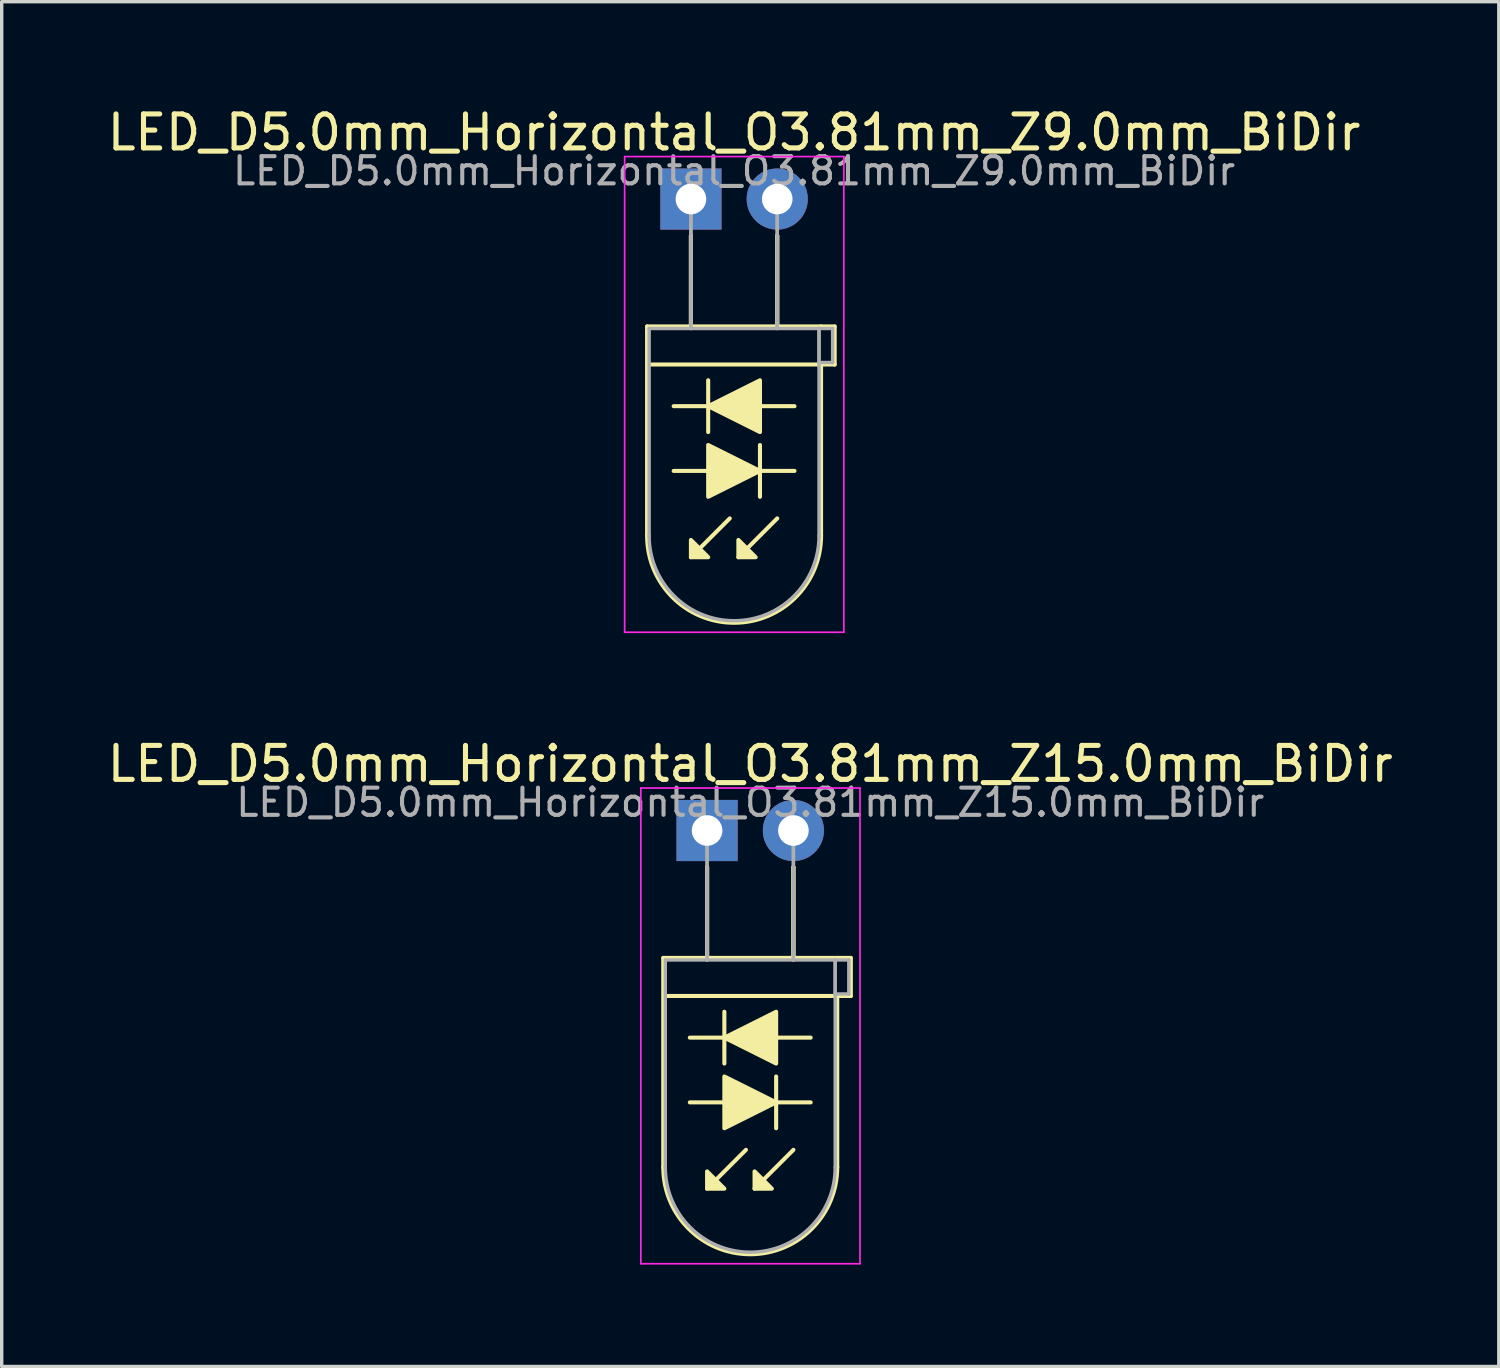
<source format=kicad_pcb>
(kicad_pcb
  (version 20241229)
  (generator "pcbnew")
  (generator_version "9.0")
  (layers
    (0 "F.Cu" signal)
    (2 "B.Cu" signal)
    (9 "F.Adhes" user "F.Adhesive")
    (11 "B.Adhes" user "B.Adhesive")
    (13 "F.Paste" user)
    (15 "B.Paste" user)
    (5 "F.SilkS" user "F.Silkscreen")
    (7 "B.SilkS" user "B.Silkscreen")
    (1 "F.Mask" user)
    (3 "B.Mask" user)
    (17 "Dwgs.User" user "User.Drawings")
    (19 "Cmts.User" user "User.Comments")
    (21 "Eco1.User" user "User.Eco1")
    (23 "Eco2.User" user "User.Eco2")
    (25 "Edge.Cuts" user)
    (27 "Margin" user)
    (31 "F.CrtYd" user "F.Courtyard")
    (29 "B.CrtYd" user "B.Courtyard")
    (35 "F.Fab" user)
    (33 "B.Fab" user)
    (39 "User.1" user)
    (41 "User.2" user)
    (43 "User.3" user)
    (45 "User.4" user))
  (footprint "LED_D5.0mm_Horizontal_O3.81mm_Z15.0mm_BiDir"
    (layer "F.Cu")
    (at 17.76 21.392)
    (property "Reference" "LED_D5.0mm_Horizontal_O3.81mm_Z15.0mm_BiDir" (at 1.27 -1.96 0) (layer "F.SilkS") (effects (font (size 1 1) (thickness 0.15))))
    (fp_line (start -1.29 3.75) (end -1.29 9.91) (stroke (width 0.12) (type solid)) (layer "F.SilkS"))
    (fp_line (start -1.29 3.75) (end 3.83 3.75) (stroke (width 0.12) (type solid)) (layer "F.SilkS"))
    (fp_line (start -0.508 8.001) (end 0.508 8.001) (stroke (width 0.12) (type solid)) (layer "F.SilkS"))
    (fp_line (start 0 1.08) (end 0 1.08) (stroke (width 0.12) (type solid)) (layer "F.SilkS"))
    (fp_line (start 0 1.08) (end 0 3.75) (stroke (width 0.12) (type solid)) (layer "F.SilkS"))
    (fp_line (start 0 3.75) (end 0 1.08) (stroke (width 0.12) (type solid)) (layer "F.SilkS"))
    (fp_line (start 0 3.75) (end 0 3.75) (stroke (width 0.12) (type solid)) (layer "F.SilkS"))
    (fp_line (start 0.508 5.334) (end 0.508 6.858) (stroke (width 0.12) (type solid)) (layer "F.SilkS"))
    (fp_line (start 0.508 6.096) (end -0.508 6.096) (stroke (width 0.12) (type solid)) (layer "F.SilkS"))
    (fp_line (start 1.143 9.398) (end 0 10.541) (stroke (width 0.12) (type solid)) (layer "F.SilkS"))
    (fp_line (start 2.032 8.001) (end 3.048 8.001) (stroke (width 0.12) (type solid)) (layer "F.SilkS"))
    (fp_line (start 2.032 8.763) (end 2.032 7.239) (stroke (width 0.12) (type solid)) (layer "F.SilkS"))
    (fp_line (start 2.54 1.08) (end 2.54 1.08) (stroke (width 0.12) (type solid)) (layer "F.SilkS"))
    (fp_line (start 2.54 1.08) (end 2.54 3.75) (stroke (width 0.12) (type solid)) (layer "F.SilkS"))
    (fp_line (start 2.54 3.75) (end 2.54 1.08) (stroke (width 0.12) (type solid)) (layer "F.SilkS"))
    (fp_line (start 2.54 3.75) (end 2.54 3.75) (stroke (width 0.12) (type solid)) (layer "F.SilkS"))
    (fp_line (start 2.54 9.398) (end 1.397 10.541) (stroke (width 0.12) (type solid)) (layer "F.SilkS"))
    (fp_line (start 3.048 6.096) (end 2.032 6.096) (stroke (width 0.12) (type solid)) (layer "F.SilkS"))
    (fp_line (start 3.83 3.75) (end 4.23 3.75) (stroke (width 0.12) (type solid)) (layer "F.SilkS"))
    (fp_line (start 3.83 4.87) (end 3.83 9.91) (stroke (width 0.12) (type solid)) (layer "F.SilkS"))
    (fp_line (start 4.23 3.75) (end 4.23 4.87) (stroke (width 0.12) (type solid)) (layer "F.SilkS"))
    (fp_line (start 4.23 4.87) (end -1.27 4.87) (stroke (width 0.12) (type solid)) (layer "F.SilkS"))
    (fp_arc (start 3.83 9.91) (mid 1.27 12.47) (end -1.29 9.91) (stroke (width 0.12) (type solid)) (layer "F.SilkS"))
    (fp_poly (pts (xy 0 10.033) (xy 0.508 10.541) (xy 0 10.541)) (stroke (width 0.12) (type solid)) (fill yes) (layer "F.SilkS"))
    (fp_poly (pts (xy 0.508 7.239) (xy 2.032 8.001) (xy 0.508 8.763)) (stroke (width 0.12) (type solid)) (fill yes) (layer "F.SilkS"))
    (fp_poly (pts (xy 1.397 10.033) (xy 1.905 10.541) (xy 1.397 10.541)) (stroke (width 0.12) (type solid)) (fill yes) (layer "F.SilkS"))
    (fp_poly (pts (xy 2.032 6.858) (xy 0.508 6.096) (xy 2.032 5.334)) (stroke (width 0.12) (type solid)) (fill yes) (layer "F.SilkS"))
    (fp_line (start -1.95 -1.25) (end -1.95 12.75) (stroke (width 0.05) (type solid)) (layer "F.CrtYd"))
    (fp_line (start -1.95 12.75) (end 4.5 12.75) (stroke (width 0.05) (type solid)) (layer "F.CrtYd"))
    (fp_line (start 4.5 -1.25) (end -1.95 -1.25) (stroke (width 0.05) (type solid)) (layer "F.CrtYd"))
    (fp_line (start 4.5 12.75) (end 4.5 -1.25) (stroke (width 0.05) (type solid)) (layer "F.CrtYd"))
    (fp_line (start -1.23 3.81) (end -1.23 9.91) (stroke (width 0.1) (type solid)) (layer "F.Fab"))
    (fp_line (start -1.23 3.81) (end 3.77 3.81) (stroke (width 0.1) (type solid)) (layer "F.Fab"))
    (fp_line (start 0 0) (end 0 0) (stroke (width 0.1) (type solid)) (layer "F.Fab"))
    (fp_line (start 0 0) (end 0 3.81) (stroke (width 0.1) (type solid)) (layer "F.Fab"))
    (fp_line (start 0 3.81) (end 0 0) (stroke (width 0.1) (type solid)) (layer "F.Fab"))
    (fp_line (start 0 3.81) (end 0 3.81) (stroke (width 0.1) (type solid)) (layer "F.Fab"))
    (fp_line (start 2.54 0) (end 2.54 0) (stroke (width 0.1) (type solid)) (layer "F.Fab"))
    (fp_line (start 2.54 0) (end 2.54 3.81) (stroke (width 0.1) (type solid)) (layer "F.Fab"))
    (fp_line (start 2.54 3.81) (end 2.54 0) (stroke (width 0.1) (type solid)) (layer "F.Fab"))
    (fp_line (start 2.54 3.81) (end 2.54 3.81) (stroke (width 0.1) (type solid)) (layer "F.Fab"))
    (fp_line (start 3.77 3.81) (end 3.77 9.91) (stroke (width 0.1) (type solid)) (layer "F.Fab"))
    (fp_line (start 3.77 3.81) (end 4.17 3.81) (stroke (width 0.1) (type solid)) (layer "F.Fab"))
    (fp_line (start 3.77 4.81) (end 3.77 3.81) (stroke (width 0.1) (type solid)) (layer "F.Fab"))
    (fp_line (start 4.17 3.81) (end 4.17 4.81) (stroke (width 0.1) (type solid)) (layer "F.Fab"))
    (fp_line (start 4.17 4.81) (end 3.77 4.81) (stroke (width 0.1) (type solid)) (layer "F.Fab"))
    (fp_arc (start 3.77 9.91) (mid 1.27 12.41) (end -1.23 9.91) (stroke (width 0.1) (type solid)) (layer "F.Fab"))
    (fp_text user "${REFERENCE}" (at 1.27 -0.826 0) (layer "F.Fab") (effects (font (size 0.8 0.8) (thickness 0.12))))
    (pad "1" thru_hole rect (at 0 0) (size 1.8 1.8) (drill 0.9) (layers "*.Cu" "*.Mask"))
    (pad "2" thru_hole circle (at 2.54 0) (size 1.8 1.8) (drill 0.9) (layers "*.Cu" "*.Mask")))
  (footprint "LED_D5.0mm_Horizontal_O3.81mm_Z9.0mm_BiDir"
    (layer "F.Cu")
    (at 17.284 2.808)
    (property "Reference" "LED_D5.0mm_Horizontal_O3.81mm_Z9.0mm_BiDir" (at 1.27 -1.96 0) (layer "F.SilkS") (effects (font (size 1 1) (thickness 0.15))))
    (fp_line (start -1.29 3.75) (end -1.29 9.91) (stroke (width 0.12) (type solid)) (layer "F.SilkS"))
    (fp_line (start -1.29 3.75) (end 3.83 3.75) (stroke (width 0.12) (type solid)) (layer "F.SilkS"))
    (fp_line (start -0.508 8.001) (end 0.508 8.001) (stroke (width 0.12) (type solid)) (layer "F.SilkS"))
    (fp_line (start 0 1.08) (end 0 1.08) (stroke (width 0.12) (type solid)) (layer "F.SilkS"))
    (fp_line (start 0 1.08) (end 0 3.75) (stroke (width 0.12) (type solid)) (layer "F.SilkS"))
    (fp_line (start 0 3.75) (end 0 1.08) (stroke (width 0.12) (type solid)) (layer "F.SilkS"))
    (fp_line (start 0 3.75) (end 0 3.75) (stroke (width 0.12) (type solid)) (layer "F.SilkS"))
    (fp_line (start 0.508 5.334) (end 0.508 6.858) (stroke (width 0.12) (type solid)) (layer "F.SilkS"))
    (fp_line (start 0.508 6.096) (end -0.508 6.096) (stroke (width 0.12) (type solid)) (layer "F.SilkS"))
    (fp_line (start 1.143 9.398) (end 0 10.541) (stroke (width 0.12) (type solid)) (layer "F.SilkS"))
    (fp_line (start 2.032 8.001) (end 3.048 8.001) (stroke (width 0.12) (type solid)) (layer "F.SilkS"))
    (fp_line (start 2.032 8.763) (end 2.032 7.239) (stroke (width 0.12) (type solid)) (layer "F.SilkS"))
    (fp_line (start 2.54 1.08) (end 2.54 1.08) (stroke (width 0.12) (type solid)) (layer "F.SilkS"))
    (fp_line (start 2.54 1.08) (end 2.54 3.75) (stroke (width 0.12) (type solid)) (layer "F.SilkS"))
    (fp_line (start 2.54 3.75) (end 2.54 1.08) (stroke (width 0.12) (type solid)) (layer "F.SilkS"))
    (fp_line (start 2.54 3.75) (end 2.54 3.75) (stroke (width 0.12) (type solid)) (layer "F.SilkS"))
    (fp_line (start 2.54 9.398) (end 1.397 10.541) (stroke (width 0.12) (type solid)) (layer "F.SilkS"))
    (fp_line (start 3.048 6.096) (end 2.032 6.096) (stroke (width 0.12) (type solid)) (layer "F.SilkS"))
    (fp_line (start 3.83 3.75) (end 4.23 3.75) (stroke (width 0.12) (type solid)) (layer "F.SilkS"))
    (fp_line (start 3.83 4.87) (end 3.83 9.91) (stroke (width 0.12) (type solid)) (layer "F.SilkS"))
    (fp_line (start 4.23 3.75) (end 4.23 4.87) (stroke (width 0.12) (type solid)) (layer "F.SilkS"))
    (fp_line (start 4.23 4.87) (end -1.27 4.87) (stroke (width 0.12) (type solid)) (layer "F.SilkS"))
    (fp_arc (start 3.83 9.91) (mid 1.27 12.47) (end -1.29 9.91) (stroke (width 0.12) (type solid)) (layer "F.SilkS"))
    (fp_poly (pts (xy 0 10.033) (xy 0.508 10.541) (xy 0 10.541)) (stroke (width 0.12) (type solid)) (fill yes) (layer "F.SilkS"))
    (fp_poly (pts (xy 0.508 7.239) (xy 2.032 8.001) (xy 0.508 8.763)) (stroke (width 0.12) (type solid)) (fill yes) (layer "F.SilkS"))
    (fp_poly (pts (xy 1.397 10.033) (xy 1.905 10.541) (xy 1.397 10.541)) (stroke (width 0.12) (type solid)) (fill yes) (layer "F.SilkS"))
    (fp_poly (pts (xy 2.032 6.858) (xy 0.508 6.096) (xy 2.032 5.334)) (stroke (width 0.12) (type solid)) (fill yes) (layer "F.SilkS"))
    (fp_line (start -1.95 -1.25) (end -1.95 12.75) (stroke (width 0.05) (type solid)) (layer "F.CrtYd"))
    (fp_line (start -1.95 12.75) (end 4.5 12.75) (stroke (width 0.05) (type solid)) (layer "F.CrtYd"))
    (fp_line (start 4.5 -1.25) (end -1.95 -1.25) (stroke (width 0.05) (type solid)) (layer "F.CrtYd"))
    (fp_line (start 4.5 12.75) (end 4.5 -1.25) (stroke (width 0.05) (type solid)) (layer "F.CrtYd"))
    (fp_line (start -1.23 3.81) (end -1.23 9.91) (stroke (width 0.1) (type solid)) (layer "F.Fab"))
    (fp_line (start -1.23 3.81) (end 3.77 3.81) (stroke (width 0.1) (type solid)) (layer "F.Fab"))
    (fp_line (start 0 0) (end 0 0) (stroke (width 0.1) (type solid)) (layer "F.Fab"))
    (fp_line (start 0 0) (end 0 3.81) (stroke (width 0.1) (type solid)) (layer "F.Fab"))
    (fp_line (start 0 3.81) (end 0 0) (stroke (width 0.1) (type solid)) (layer "F.Fab"))
    (fp_line (start 0 3.81) (end 0 3.81) (stroke (width 0.1) (type solid)) (layer "F.Fab"))
    (fp_line (start 2.54 0) (end 2.54 0) (stroke (width 0.1) (type solid)) (layer "F.Fab"))
    (fp_line (start 2.54 0) (end 2.54 3.81) (stroke (width 0.1) (type solid)) (layer "F.Fab"))
    (fp_line (start 2.54 3.81) (end 2.54 0) (stroke (width 0.1) (type solid)) (layer "F.Fab"))
    (fp_line (start 2.54 3.81) (end 2.54 3.81) (stroke (width 0.1) (type solid)) (layer "F.Fab"))
    (fp_line (start 3.77 3.81) (end 3.77 9.91) (stroke (width 0.1) (type solid)) (layer "F.Fab"))
    (fp_line (start 3.77 3.81) (end 4.17 3.81) (stroke (width 0.1) (type solid)) (layer "F.Fab"))
    (fp_line (start 3.77 4.81) (end 3.77 3.81) (stroke (width 0.1) (type solid)) (layer "F.Fab"))
    (fp_line (start 4.17 3.81) (end 4.17 4.81) (stroke (width 0.1) (type solid)) (layer "F.Fab"))
    (fp_line (start 4.17 4.81) (end 3.77 4.81) (stroke (width 0.1) (type solid)) (layer "F.Fab"))
    (fp_arc (start 3.77 9.91) (mid 1.27 12.41) (end -1.23 9.91) (stroke (width 0.1) (type solid)) (layer "F.Fab"))
    (fp_text user "${REFERENCE}" (at 1.27 -0.826 0) (layer "F.Fab") (effects (font (size 0.8 0.8) (thickness 0.12))))
    (pad "1" thru_hole rect (at 0 0) (size 1.8 1.8) (drill 0.9) (layers "*.Cu" "*.Mask"))
    (pad "2" thru_hole circle (at 2.54 0) (size 1.8 1.8) (drill 0.9) (layers "*.Cu" "*.Mask")))
  (gr_rect
    (start -3 -3)
    (end 41.06 37.166)
    (stroke (width 0.1) (type default))
    (fill no)
    (layer "Edge.Cuts")))
</source>
